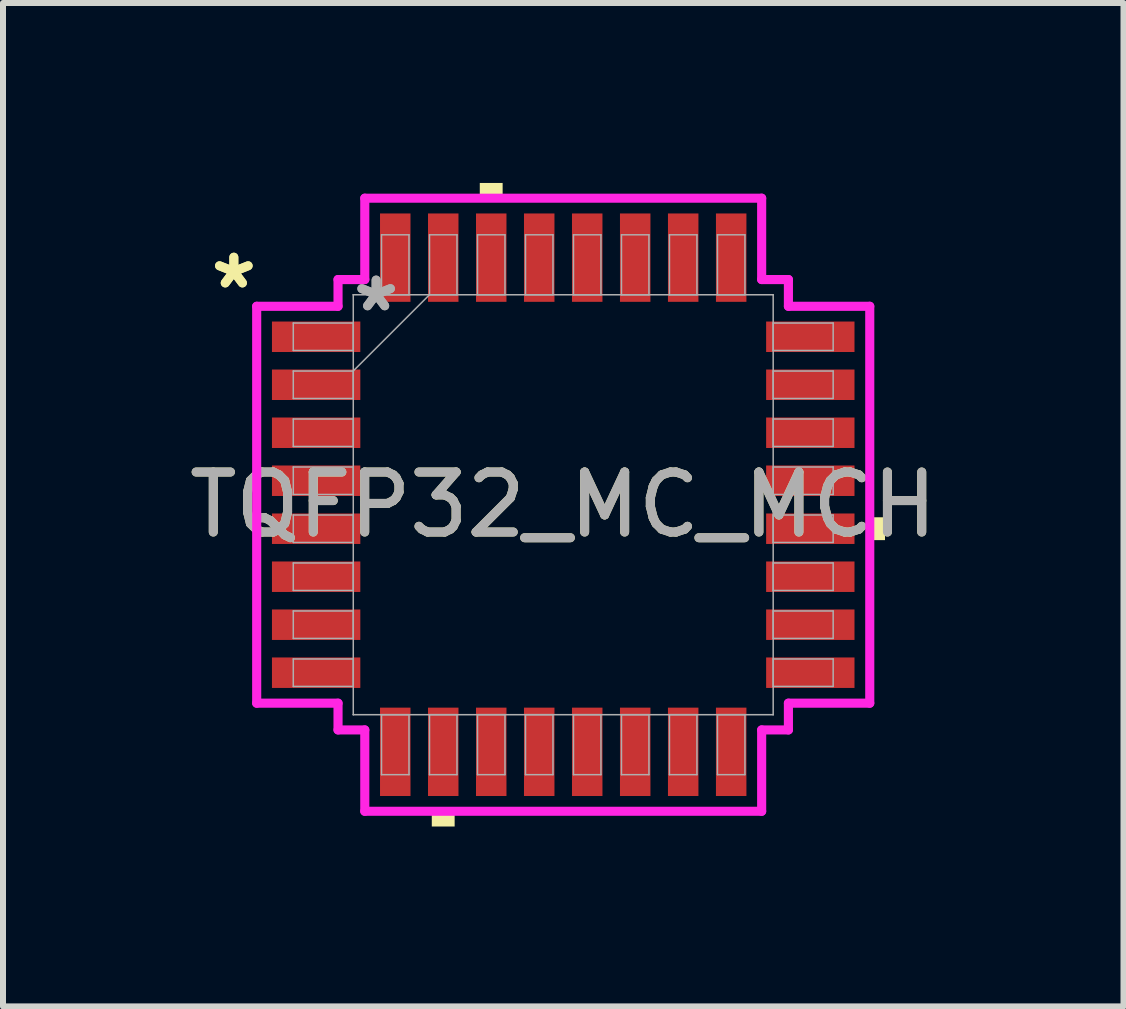
<source format=kicad_pcb>
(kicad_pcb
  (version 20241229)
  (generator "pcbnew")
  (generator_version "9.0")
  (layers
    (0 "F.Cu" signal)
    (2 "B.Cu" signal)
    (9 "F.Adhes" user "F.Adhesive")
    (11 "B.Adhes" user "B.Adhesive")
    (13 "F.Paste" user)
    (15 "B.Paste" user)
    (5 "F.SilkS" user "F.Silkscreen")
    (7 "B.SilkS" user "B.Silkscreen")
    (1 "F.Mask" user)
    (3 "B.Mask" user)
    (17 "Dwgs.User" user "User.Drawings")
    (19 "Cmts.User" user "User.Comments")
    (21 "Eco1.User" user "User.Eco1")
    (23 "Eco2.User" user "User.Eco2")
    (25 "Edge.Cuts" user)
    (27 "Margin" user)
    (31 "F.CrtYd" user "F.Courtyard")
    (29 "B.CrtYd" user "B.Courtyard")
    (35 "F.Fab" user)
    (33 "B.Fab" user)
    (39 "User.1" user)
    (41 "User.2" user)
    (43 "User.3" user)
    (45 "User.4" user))
  (footprint "TQFP32_MC_MCH"
    (layer "F.Cu")
    (at 6.339 5.364)
    (property "Reference" "TQFP32_MC_MCH" (at 0 0 0) (unlocked yes) (layer "F.SilkS") (effects (font (size 1 1) (thickness 0.15))))
    (attr smd)
    (fp_poly (pts (xy -2.191 5.11) (xy -2.191 5.364) (xy -1.81 5.364) (xy -1.81 5.11)) (stroke (width 0) (type solid)) (fill yes) (layer "F.SilkS"))
    (fp_poly (pts (xy -1.391 -5.11) (xy -1.391 -5.364) (xy -1.01 -5.364) (xy -1.01 -5.11)) (stroke (width 0) (type solid)) (fill yes) (layer "F.SilkS"))
    (fp_poly (pts (xy 5.364 0.209) (xy 5.364 0.59) (xy 5.11 0.59) (xy 5.11 0.209)) (stroke (width 0) (type solid)) (fill yes) (layer "F.SilkS"))
    (fp_line (start -5.11 -3.308) (end -3.754 -3.308) (stroke (width 0.152) (type solid)) (layer "F.CrtYd"))
    (fp_line (start -5.11 3.308) (end -5.11 -3.308) (stroke (width 0.152) (type solid)) (layer "F.CrtYd"))
    (fp_line (start -3.754 -3.754) (end -3.308 -3.754) (stroke (width 0.152) (type solid)) (layer "F.CrtYd"))
    (fp_line (start -3.754 -3.308) (end -3.754 -3.754) (stroke (width 0.152) (type solid)) (layer "F.CrtYd"))
    (fp_line (start -3.754 3.308) (end -5.11 3.308) (stroke (width 0.152) (type solid)) (layer "F.CrtYd"))
    (fp_line (start -3.754 3.754) (end -3.754 3.308) (stroke (width 0.152) (type solid)) (layer "F.CrtYd"))
    (fp_line (start -3.754 3.754) (end -3.308 3.754) (stroke (width 0.152) (type solid)) (layer "F.CrtYd"))
    (fp_line (start -3.308 -5.11) (end 3.308 -5.11) (stroke (width 0.152) (type solid)) (layer "F.CrtYd"))
    (fp_line (start -3.308 -3.754) (end -3.308 -5.11) (stroke (width 0.152) (type solid)) (layer "F.CrtYd"))
    (fp_line (start -3.308 3.754) (end -3.308 5.11) (stroke (width 0.152) (type solid)) (layer "F.CrtYd"))
    (fp_line (start -3.308 5.11) (end 3.308 5.11) (stroke (width 0.152) (type solid)) (layer "F.CrtYd"))
    (fp_line (start 3.308 -5.11) (end 3.308 -3.754) (stroke (width 0.152) (type solid)) (layer "F.CrtYd"))
    (fp_line (start 3.308 -3.754) (end 3.754 -3.754) (stroke (width 0.152) (type solid)) (layer "F.CrtYd"))
    (fp_line (start 3.308 3.754) (end 3.754 3.754) (stroke (width 0.152) (type solid)) (layer "F.CrtYd"))
    (fp_line (start 3.308 5.11) (end 3.308 3.754) (stroke (width 0.152) (type solid)) (layer "F.CrtYd"))
    (fp_line (start 3.754 -3.308) (end 3.754 -3.754) (stroke (width 0.152) (type solid)) (layer "F.CrtYd"))
    (fp_line (start 3.754 3.308) (end 5.11 3.308) (stroke (width 0.152) (type solid)) (layer "F.CrtYd"))
    (fp_line (start 3.754 3.754) (end 3.754 3.308) (stroke (width 0.152) (type solid)) (layer "F.CrtYd"))
    (fp_line (start 5.11 -3.308) (end 3.754 -3.308) (stroke (width 0.152) (type solid)) (layer "F.CrtYd"))
    (fp_line (start 5.11 3.308) (end 5.11 -3.308) (stroke (width 0.152) (type solid)) (layer "F.CrtYd"))
    (fp_line (start -4.5 -3.029) (end -4.5 -2.571) (stroke (width 0.025) (type solid)) (layer "F.Fab"))
    (fp_line (start -4.5 -2.571) (end -3.5 -2.571) (stroke (width 0.025) (type solid)) (layer "F.Fab"))
    (fp_line (start -4.5 -2.229) (end -4.5 -1.771) (stroke (width 0.025) (type solid)) (layer "F.Fab"))
    (fp_line (start -4.5 -1.771) (end -3.5 -1.771) (stroke (width 0.025) (type solid)) (layer "F.Fab"))
    (fp_line (start -4.5 -1.429) (end -4.5 -0.971) (stroke (width 0.025) (type solid)) (layer "F.Fab"))
    (fp_line (start -4.5 -0.971) (end -3.5 -0.971) (stroke (width 0.025) (type solid)) (layer "F.Fab"))
    (fp_line (start -4.5 -0.629) (end -4.5 -0.171) (stroke (width 0.025) (type solid)) (layer "F.Fab"))
    (fp_line (start -4.5 -0.171) (end -3.5 -0.171) (stroke (width 0.025) (type solid)) (layer "F.Fab"))
    (fp_line (start -4.5 0.171) (end -4.5 0.629) (stroke (width 0.025) (type solid)) (layer "F.Fab"))
    (fp_line (start -4.5 0.629) (end -3.5 0.629) (stroke (width 0.025) (type solid)) (layer "F.Fab"))
    (fp_line (start -4.5 0.971) (end -4.5 1.429) (stroke (width 0.025) (type solid)) (layer "F.Fab"))
    (fp_line (start -4.5 1.429) (end -3.5 1.429) (stroke (width 0.025) (type solid)) (layer "F.Fab"))
    (fp_line (start -4.5 1.771) (end -4.5 2.229) (stroke (width 0.025) (type solid)) (layer "F.Fab"))
    (fp_line (start -4.5 2.229) (end -3.5 2.229) (stroke (width 0.025) (type solid)) (layer "F.Fab"))
    (fp_line (start -4.5 2.571) (end -4.5 3.029) (stroke (width 0.025) (type solid)) (layer "F.Fab"))
    (fp_line (start -4.5 3.029) (end -3.5 3.029) (stroke (width 0.025) (type solid)) (layer "F.Fab"))
    (fp_line (start -3.5 -3.5) (end -3.5 -3.5) (stroke (width 0.025) (type solid)) (layer "F.Fab"))
    (fp_line (start -3.5 -3.5) (end -3.5 3.5) (stroke (width 0.025) (type solid)) (layer "F.Fab"))
    (fp_line (start -3.5 3.5) (end -3.5 3.5) (stroke (width 0.025) (type solid)) (layer "F.Fab"))
    (fp_line (start -3.5 3.5) (end 3.5 3.5) (stroke (width 0.025) (type solid)) (layer "F.Fab"))
    (fp_line (start -3.5 -3.029) (end -4.5 -3.029) (stroke (width 0.025) (type solid)) (layer "F.Fab"))
    (fp_line (start -3.5 -2.571) (end -3.5 -3.029) (stroke (width 0.025) (type solid)) (layer "F.Fab"))
    (fp_line (start -3.5 -2.23) (end -2.23 -3.5) (stroke (width 0.025) (type solid)) (layer "F.Fab"))
    (fp_line (start -3.5 -2.229) (end -4.5 -2.229) (stroke (width 0.025) (type solid)) (layer "F.Fab"))
    (fp_line (start -3.5 -1.771) (end -3.5 -2.229) (stroke (width 0.025) (type solid)) (layer "F.Fab"))
    (fp_line (start -3.5 -1.429) (end -4.5 -1.429) (stroke (width 0.025) (type solid)) (layer "F.Fab"))
    (fp_line (start -3.5 -0.971) (end -3.5 -1.429) (stroke (width 0.025) (type solid)) (layer "F.Fab"))
    (fp_line (start -3.5 -0.629) (end -4.5 -0.629) (stroke (width 0.025) (type solid)) (layer "F.Fab"))
    (fp_line (start -3.5 -0.171) (end -3.5 -0.629) (stroke (width 0.025) (type solid)) (layer "F.Fab"))
    (fp_line (start -3.5 0.171) (end -4.5 0.171) (stroke (width 0.025) (type solid)) (layer "F.Fab"))
    (fp_line (start -3.5 0.629) (end -3.5 0.171) (stroke (width 0.025) (type solid)) (layer "F.Fab"))
    (fp_line (start -3.5 0.971) (end -4.5 0.971) (stroke (width 0.025) (type solid)) (layer "F.Fab"))
    (fp_line (start -3.5 1.429) (end -3.5 0.971) (stroke (width 0.025) (type solid)) (layer "F.Fab"))
    (fp_line (start -3.5 1.771) (end -4.5 1.771) (stroke (width 0.025) (type solid)) (layer "F.Fab"))
    (fp_line (start -3.5 2.229) (end -3.5 1.771) (stroke (width 0.025) (type solid)) (layer "F.Fab"))
    (fp_line (start -3.5 2.571) (end -4.5 2.571) (stroke (width 0.025) (type solid)) (layer "F.Fab"))
    (fp_line (start -3.5 3.029) (end -3.5 2.571) (stroke (width 0.025) (type solid)) (layer "F.Fab"))
    (fp_line (start -3.029 -4.5) (end -3.029 -3.5) (stroke (width 0.025) (type solid)) (layer "F.Fab"))
    (fp_line (start -3.029 -3.5) (end -2.571 -3.5) (stroke (width 0.025) (type solid)) (layer "F.Fab"))
    (fp_line (start -3.029 3.5) (end -3.029 4.5) (stroke (width 0.025) (type solid)) (layer "F.Fab"))
    (fp_line (start -3.029 4.5) (end -2.571 4.5) (stroke (width 0.025) (type solid)) (layer "F.Fab"))
    (fp_line (start -2.571 -4.5) (end -3.029 -4.5) (stroke (width 0.025) (type solid)) (layer "F.Fab"))
    (fp_line (start -2.571 -3.5) (end -2.571 -4.5) (stroke (width 0.025) (type solid)) (layer "F.Fab"))
    (fp_line (start -2.571 3.5) (end -3.029 3.5) (stroke (width 0.025) (type solid)) (layer "F.Fab"))
    (fp_line (start -2.571 4.5) (end -2.571 3.5) (stroke (width 0.025) (type solid)) (layer "F.Fab"))
    (fp_line (start -2.229 -4.5) (end -2.229 -3.5) (stroke (width 0.025) (type solid)) (layer "F.Fab"))
    (fp_line (start -2.229 -3.5) (end -1.771 -3.5) (stroke (width 0.025) (type solid)) (layer "F.Fab"))
    (fp_line (start -2.229 3.5) (end -2.229 4.5) (stroke (width 0.025) (type solid)) (layer "F.Fab"))
    (fp_line (start -2.229 4.5) (end -1.771 4.5) (stroke (width 0.025) (type solid)) (layer "F.Fab"))
    (fp_line (start -1.771 -4.5) (end -2.229 -4.5) (stroke (width 0.025) (type solid)) (layer "F.Fab"))
    (fp_line (start -1.771 -3.5) (end -1.771 -4.5) (stroke (width 0.025) (type solid)) (layer "F.Fab"))
    (fp_line (start -1.771 3.5) (end -2.229 3.5) (stroke (width 0.025) (type solid)) (layer "F.Fab"))
    (fp_line (start -1.771 4.5) (end -1.771 3.5) (stroke (width 0.025) (type solid)) (layer "F.Fab"))
    (fp_line (start -1.429 -4.5) (end -1.429 -3.5) (stroke (width 0.025) (type solid)) (layer "F.Fab"))
    (fp_line (start -1.429 -3.5) (end -0.971 -3.5) (stroke (width 0.025) (type solid)) (layer "F.Fab"))
    (fp_line (start -1.429 3.5) (end -1.429 4.5) (stroke (width 0.025) (type solid)) (layer "F.Fab"))
    (fp_line (start -1.429 4.5) (end -0.971 4.5) (stroke (width 0.025) (type solid)) (layer "F.Fab"))
    (fp_line (start -0.971 -4.5) (end -1.429 -4.5) (stroke (width 0.025) (type solid)) (layer "F.Fab"))
    (fp_line (start -0.971 -3.5) (end -0.971 -4.5) (stroke (width 0.025) (type solid)) (layer "F.Fab"))
    (fp_line (start -0.971 3.5) (end -1.429 3.5) (stroke (width 0.025) (type solid)) (layer "F.Fab"))
    (fp_line (start -0.971 4.5) (end -0.971 3.5) (stroke (width 0.025) (type solid)) (layer "F.Fab"))
    (fp_line (start -0.629 -4.5) (end -0.629 -3.5) (stroke (width 0.025) (type solid)) (layer "F.Fab"))
    (fp_line (start -0.629 -3.5) (end -0.171 -3.5) (stroke (width 0.025) (type solid)) (layer "F.Fab"))
    (fp_line (start -0.629 3.5) (end -0.629 4.5) (stroke (width 0.025) (type solid)) (layer "F.Fab"))
    (fp_line (start -0.629 4.5) (end -0.171 4.5) (stroke (width 0.025) (type solid)) (layer "F.Fab"))
    (fp_line (start -0.171 -4.5) (end -0.629 -4.5) (stroke (width 0.025) (type solid)) (layer "F.Fab"))
    (fp_line (start -0.171 -3.5) (end -0.171 -4.5) (stroke (width 0.025) (type solid)) (layer "F.Fab"))
    (fp_line (start -0.171 3.5) (end -0.629 3.5) (stroke (width 0.025) (type solid)) (layer "F.Fab"))
    (fp_line (start -0.171 4.5) (end -0.171 3.5) (stroke (width 0.025) (type solid)) (layer "F.Fab"))
    (fp_line (start 0.171 -4.5) (end 0.171 -3.5) (stroke (width 0.025) (type solid)) (layer "F.Fab"))
    (fp_line (start 0.171 -3.5) (end 0.629 -3.5) (stroke (width 0.025) (type solid)) (layer "F.Fab"))
    (fp_line (start 0.171 3.5) (end 0.171 4.5) (stroke (width 0.025) (type solid)) (layer "F.Fab"))
    (fp_line (start 0.171 4.5) (end 0.629 4.5) (stroke (width 0.025) (type solid)) (layer "F.Fab"))
    (fp_line (start 0.629 -4.5) (end 0.171 -4.5) (stroke (width 0.025) (type solid)) (layer "F.Fab"))
    (fp_line (start 0.629 -3.5) (end 0.629 -4.5) (stroke (width 0.025) (type solid)) (layer "F.Fab"))
    (fp_line (start 0.629 3.5) (end 0.171 3.5) (stroke (width 0.025) (type solid)) (layer "F.Fab"))
    (fp_line (start 0.629 4.5) (end 0.629 3.5) (stroke (width 0.025) (type solid)) (layer "F.Fab"))
    (fp_line (start 0.971 -4.5) (end 0.971 -3.5) (stroke (width 0.025) (type solid)) (layer "F.Fab"))
    (fp_line (start 0.971 -3.5) (end 1.429 -3.5) (stroke (width 0.025) (type solid)) (layer "F.Fab"))
    (fp_line (start 0.971 3.5) (end 0.971 4.5) (stroke (width 0.025) (type solid)) (layer "F.Fab"))
    (fp_line (start 0.971 4.5) (end 1.429 4.5) (stroke (width 0.025) (type solid)) (layer "F.Fab"))
    (fp_line (start 1.429 -4.5) (end 0.971 -4.5) (stroke (width 0.025) (type solid)) (layer "F.Fab"))
    (fp_line (start 1.429 -3.5) (end 1.429 -4.5) (stroke (width 0.025) (type solid)) (layer "F.Fab"))
    (fp_line (start 1.429 3.5) (end 0.971 3.5) (stroke (width 0.025) (type solid)) (layer "F.Fab"))
    (fp_line (start 1.429 4.5) (end 1.429 3.5) (stroke (width 0.025) (type solid)) (layer "F.Fab"))
    (fp_line (start 1.771 -4.5) (end 1.771 -3.5) (stroke (width 0.025) (type solid)) (layer "F.Fab"))
    (fp_line (start 1.771 -3.5) (end 2.229 -3.5) (stroke (width 0.025) (type solid)) (layer "F.Fab"))
    (fp_line (start 1.771 3.5) (end 1.771 4.5) (stroke (width 0.025) (type solid)) (layer "F.Fab"))
    (fp_line (start 1.771 4.5) (end 2.229 4.5) (stroke (width 0.025) (type solid)) (layer "F.Fab"))
    (fp_line (start 2.229 -4.5) (end 1.771 -4.5) (stroke (width 0.025) (type solid)) (layer "F.Fab"))
    (fp_line (start 2.229 -3.5) (end 2.229 -4.5) (stroke (width 0.025) (type solid)) (layer "F.Fab"))
    (fp_line (start 2.229 3.5) (end 1.771 3.5) (stroke (width 0.025) (type solid)) (layer "F.Fab"))
    (fp_line (start 2.229 4.5) (end 2.229 3.5) (stroke (width 0.025) (type solid)) (layer "F.Fab"))
    (fp_line (start 2.571 -4.5) (end 2.571 -3.5) (stroke (width 0.025) (type solid)) (layer "F.Fab"))
    (fp_line (start 2.571 -3.5) (end 3.029 -3.5) (stroke (width 0.025) (type solid)) (layer "F.Fab"))
    (fp_line (start 2.571 3.5) (end 2.571 4.5) (stroke (width 0.025) (type solid)) (layer "F.Fab"))
    (fp_line (start 2.571 4.5) (end 3.029 4.5) (stroke (width 0.025) (type solid)) (layer "F.Fab"))
    (fp_line (start 3.029 -4.5) (end 2.571 -4.5) (stroke (width 0.025) (type solid)) (layer "F.Fab"))
    (fp_line (start 3.029 -3.5) (end 3.029 -4.5) (stroke (width 0.025) (type solid)) (layer "F.Fab"))
    (fp_line (start 3.029 3.5) (end 2.571 3.5) (stroke (width 0.025) (type solid)) (layer "F.Fab"))
    (fp_line (start 3.029 4.5) (end 3.029 3.5) (stroke (width 0.025) (type solid)) (layer "F.Fab"))
    (fp_line (start 3.5 -3.029) (end 3.5 -2.571) (stroke (width 0.025) (type solid)) (layer "F.Fab"))
    (fp_line (start 3.5 -2.571) (end 4.5 -2.571) (stroke (width 0.025) (type solid)) (layer "F.Fab"))
    (fp_line (start 3.5 -2.229) (end 3.5 -1.771) (stroke (width 0.025) (type solid)) (layer "F.Fab"))
    (fp_line (start 3.5 -1.771) (end 4.5 -1.771) (stroke (width 0.025) (type solid)) (layer "F.Fab"))
    (fp_line (start 3.5 -1.429) (end 3.5 -0.971) (stroke (width 0.025) (type solid)) (layer "F.Fab"))
    (fp_line (start 3.5 -0.971) (end 4.5 -0.971) (stroke (width 0.025) (type solid)) (layer "F.Fab"))
    (fp_line (start 3.5 -0.629) (end 3.5 -0.171) (stroke (width 0.025) (type solid)) (layer "F.Fab"))
    (fp_line (start 3.5 -0.171) (end 4.5 -0.171) (stroke (width 0.025) (type solid)) (layer "F.Fab"))
    (fp_line (start 3.5 0.171) (end 3.5 0.629) (stroke (width 0.025) (type solid)) (layer "F.Fab"))
    (fp_line (start 3.5 0.629) (end 4.5 0.629) (stroke (width 0.025) (type solid)) (layer "F.Fab"))
    (fp_line (start 3.5 0.971) (end 3.5 1.429) (stroke (width 0.025) (type solid)) (layer "F.Fab"))
    (fp_line (start 3.5 1.429) (end 4.5 1.429) (stroke (width 0.025) (type solid)) (layer "F.Fab"))
    (fp_line (start 3.5 1.771) (end 3.5 2.229) (stroke (width 0.025) (type solid)) (layer "F.Fab"))
    (fp_line (start 3.5 2.229) (end 4.5 2.229) (stroke (width 0.025) (type solid)) (layer "F.Fab"))
    (fp_line (start 3.5 2.571) (end 3.5 3.029) (stroke (width 0.025) (type solid)) (layer "F.Fab"))
    (fp_line (start 3.5 3.029) (end 4.5 3.029) (stroke (width 0.025) (type solid)) (layer "F.Fab"))
    (fp_line (start 3.5 -3.5) (end -3.5 -3.5) (stroke (width 0.025) (type solid)) (layer "F.Fab"))
    (fp_line (start 3.5 -3.5) (end 3.5 -3.5) (stroke (width 0.025) (type solid)) (layer "F.Fab"))
    (fp_line (start 3.5 3.5) (end 3.5 -3.5) (stroke (width 0.025) (type solid)) (layer "F.Fab"))
    (fp_line (start 3.5 3.5) (end 3.5 3.5) (stroke (width 0.025) (type solid)) (layer "F.Fab"))
    (fp_line (start 4.5 -3.029) (end 3.5 -3.029) (stroke (width 0.025) (type solid)) (layer "F.Fab"))
    (fp_line (start 4.5 -2.571) (end 4.5 -3.029) (stroke (width 0.025) (type solid)) (layer "F.Fab"))
    (fp_line (start 4.5 -2.229) (end 3.5 -2.229) (stroke (width 0.025) (type solid)) (layer "F.Fab"))
    (fp_line (start 4.5 -1.771) (end 4.5 -2.229) (stroke (width 0.025) (type solid)) (layer "F.Fab"))
    (fp_line (start 4.5 -1.429) (end 3.5 -1.429) (stroke (width 0.025) (type solid)) (layer "F.Fab"))
    (fp_line (start 4.5 -0.971) (end 4.5 -1.429) (stroke (width 0.025) (type solid)) (layer "F.Fab"))
    (fp_line (start 4.5 -0.629) (end 3.5 -0.629) (stroke (width 0.025) (type solid)) (layer "F.Fab"))
    (fp_line (start 4.5 -0.171) (end 4.5 -0.629) (stroke (width 0.025) (type solid)) (layer "F.Fab"))
    (fp_line (start 4.5 0.171) (end 3.5 0.171) (stroke (width 0.025) (type solid)) (layer "F.Fab"))
    (fp_line (start 4.5 0.629) (end 4.5 0.171) (stroke (width 0.025) (type solid)) (layer "F.Fab"))
    (fp_line (start 4.5 0.971) (end 3.5 0.971) (stroke (width 0.025) (type solid)) (layer "F.Fab"))
    (fp_line (start 4.5 1.429) (end 4.5 0.971) (stroke (width 0.025) (type solid)) (layer "F.Fab"))
    (fp_line (start 4.5 1.771) (end 3.5 1.771) (stroke (width 0.025) (type solid)) (layer "F.Fab"))
    (fp_line (start 4.5 2.229) (end 4.5 1.771) (stroke (width 0.025) (type solid)) (layer "F.Fab"))
    (fp_line (start 4.5 2.571) (end 3.5 2.571) (stroke (width 0.025) (type solid)) (layer "F.Fab"))
    (fp_line (start 4.5 3.029) (end 4.5 2.571) (stroke (width 0.025) (type solid)) (layer "F.Fab"))
    (fp_text user "*" (at -5.491 -3.581 0) (unlocked yes) (layer "F.SilkS") (effects (font (size 1 1) (thickness 0.15))))
    (fp_text user "*" (at -5.491 -3.581 0) (layer "F.SilkS") (effects (font (size 1 1) (thickness 0.15))))
    (fp_text user "*" (at -3.119 -3.2 0) (layer "F.Fab") (effects (font (size 1 1) (thickness 0.15))))
    (fp_text user "*" (at -3.119 -3.2 0) (unlocked yes) (layer "F.Fab") (effects (font (size 1 1) (thickness 0.15))))
    (fp_text user "${REFERENCE}" (at 0 0 0) (unlocked yes) (layer "F.Fab") (effects (font (size 1 1) (thickness 0.15))))
    (pad "1" smd rect (at -4.119 -2.8 90) (size 0.508 1.473) (layers "F.Cu" "F.Mask" "F.Paste"))
    (pad "2" smd rect (at -4.119 -2 90) (size 0.508 1.473) (layers "F.Cu" "F.Mask" "F.Paste"))
    (pad "3" smd rect (at -4.119 -1.2 90) (size 0.508 1.473) (layers "F.Cu" "F.Mask" "F.Paste"))
    (pad "4" smd rect (at -4.119 -0.4 90) (size 0.508 1.473) (layers "F.Cu" "F.Mask" "F.Paste"))
    (pad "5" smd rect (at -4.119 0.4 90) (size 0.508 1.473) (layers "F.Cu" "F.Mask" "F.Paste"))
    (pad "6" smd rect (at -4.119 1.2 90) (size 0.508 1.473) (layers "F.Cu" "F.Mask" "F.Paste"))
    (pad "7" smd rect (at -4.119 2 90) (size 0.508 1.473) (layers "F.Cu" "F.Mask" "F.Paste"))
    (pad "8" smd rect (at -4.119 2.8 90) (size 0.508 1.473) (layers "F.Cu" "F.Mask" "F.Paste"))
    (pad "9" smd rect (at -2.8 4.119) (size 0.508 1.473) (layers "F.Cu" "F.Mask" "F.Paste"))
    (pad "10" smd rect (at -2 4.119) (size 0.508 1.473) (layers "F.Cu" "F.Mask" "F.Paste"))
    (pad "11" smd rect (at -1.2 4.119) (size 0.508 1.473) (layers "F.Cu" "F.Mask" "F.Paste"))
    (pad "12" smd rect (at -0.4 4.119) (size 0.508 1.473) (layers "F.Cu" "F.Mask" "F.Paste"))
    (pad "13" smd rect (at 0.4 4.119) (size 0.508 1.473) (layers "F.Cu" "F.Mask" "F.Paste"))
    (pad "14" smd rect (at 1.2 4.119) (size 0.508 1.473) (layers "F.Cu" "F.Mask" "F.Paste"))
    (pad "15" smd rect (at 2 4.119) (size 0.508 1.473) (layers "F.Cu" "F.Mask" "F.Paste"))
    (pad "16" smd rect (at 2.8 4.119) (size 0.508 1.473) (layers "F.Cu" "F.Mask" "F.Paste"))
    (pad "17" smd rect (at 4.119 2.8 90) (size 0.508 1.473) (layers "F.Cu" "F.Mask" "F.Paste"))
    (pad "18" smd rect (at 4.119 2 90) (size 0.508 1.473) (layers "F.Cu" "F.Mask" "F.Paste"))
    (pad "19" smd rect (at 4.119 1.2 90) (size 0.508 1.473) (layers "F.Cu" "F.Mask" "F.Paste"))
    (pad "20" smd rect (at 4.119 0.4 90) (size 0.508 1.473) (layers "F.Cu" "F.Mask" "F.Paste"))
    (pad "21" smd rect (at 4.119 -0.4 90) (size 0.508 1.473) (layers "F.Cu" "F.Mask" "F.Paste"))
    (pad "22" smd rect (at 4.119 -1.2 90) (size 0.508 1.473) (layers "F.Cu" "F.Mask" "F.Paste"))
    (pad "23" smd rect (at 4.119 -2 90) (size 0.508 1.473) (layers "F.Cu" "F.Mask" "F.Paste"))
    (pad "24" smd rect (at 4.119 -2.8 90) (size 0.508 1.473) (layers "F.Cu" "F.Mask" "F.Paste"))
    (pad "25" smd rect (at 2.8 -4.119) (size 0.508 1.473) (layers "F.Cu" "F.Mask" "F.Paste"))
    (pad "26" smd rect (at 2 -4.119) (size 0.508 1.473) (layers "F.Cu" "F.Mask" "F.Paste"))
    (pad "27" smd rect (at 1.2 -4.119) (size 0.508 1.473) (layers "F.Cu" "F.Mask" "F.Paste"))
    (pad "28" smd rect (at 0.4 -4.119) (size 0.508 1.473) (layers "F.Cu" "F.Mask" "F.Paste"))
    (pad "29" smd rect (at -0.4 -4.119) (size 0.508 1.473) (layers "F.Cu" "F.Mask" "F.Paste"))
    (pad "30" smd rect (at -1.2 -4.119) (size 0.508 1.473) (layers "F.Cu" "F.Mask" "F.Paste"))
    (pad "31" smd rect (at -2 -4.119) (size 0.508 1.473) (layers "F.Cu" "F.Mask" "F.Paste"))
    (pad "32" smd rect (at -2.8 -4.119) (size 0.508 1.473) (layers "F.Cu" "F.Mask" "F.Paste")))
  (gr_rect
    (start -3 -3)
    (end 15.679 13.727)
    (stroke (width 0.1) (type default))
    (fill no)
    (layer "Edge.Cuts")))
</source>
